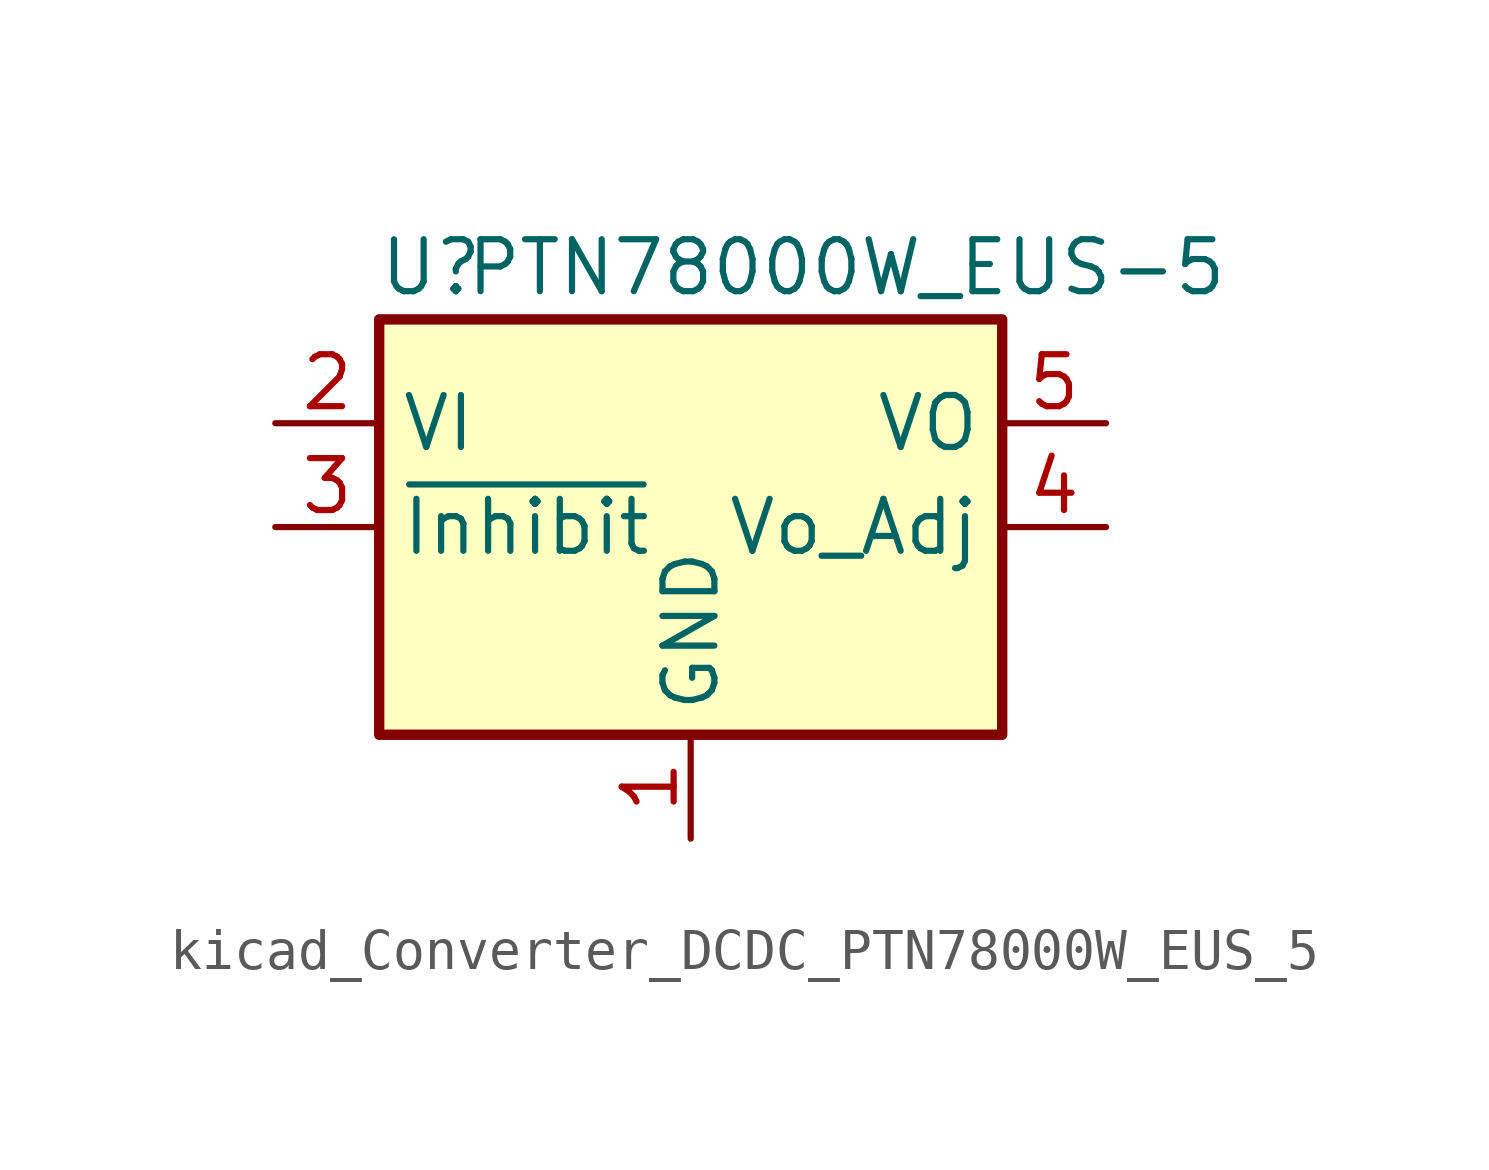
<source format=kicad_sym>
(kicad_symbol_lib
  (version 20220914)
  (generator kicad_symbol_editor)
  (symbol "kicad_Converter_DCDC_PTN78000W_EUS_5"
    (property "Reference" "U"
      (at -6.35 6.35 0)
      (effects (font (size 1.27 1.27))))
    (property "Value" "PTN78000W_EUS-5"
      (at 3.81 6.35 0)
      (effects (font (size 1.27 1.27))))
    (symbol "kicad_Converter_DCDC_PTN78000W_EUS_5_0_1"
      (rectangle (start -7.62 5.08) (end 7.62 -5.08) (stroke (width 0.254) (type default)) (fill (type background))))
    (symbol "kicad_Converter_DCDC_PTN78000W_EUS_5_1_1"
      (pin power_in line (at 0 -7.62 90) (length 2.54) (name "GND" (effects (font (size 1.27 1.27)))) (number "1" (effects (font (size 1.27 1.27)))))
      (pin power_in line (at -10.16 2.54 0) (length 2.54) (name "VI" (effects (font (size 1.27 1.27)))) (number "2" (effects (font (size 1.27 1.27)))))
      (pin input line (at -10.16 0 0) (length 2.54) (name "~{Inhibit}" (effects (font (size 1.27 1.27)))) (number "3" (effects (font (size 1.27 1.27)))))
      (pin output line (at 10.16 0 180) (length 2.54) (name "Vo_Adj" (effects (font (size 1.27 1.27)))) (number "4" (effects (font (size 1.27 1.27)))))
      (pin power_out line (at 10.16 2.54 180) (length 2.54) (name "VO" (effects (font (size 1.27 1.27)))) (number "5" (effects (font (size 1.27 1.27))))))))
</source>
